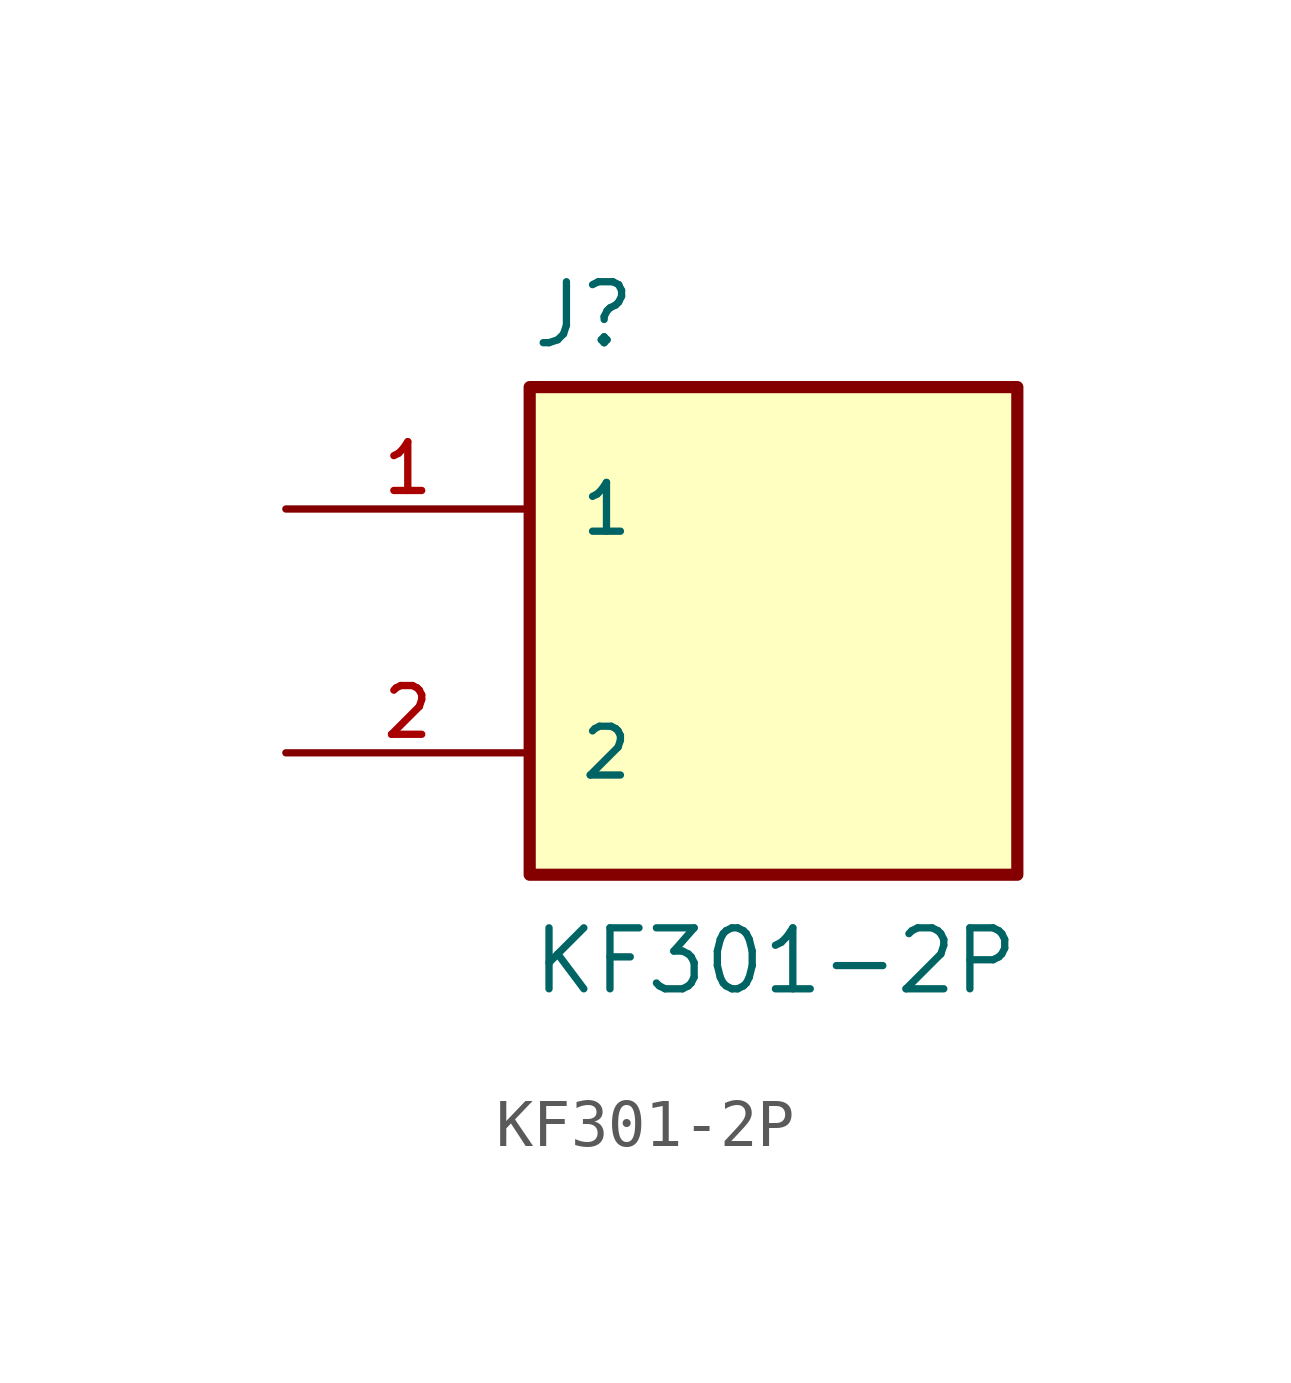
<source format=kicad_sym>
(kicad_symbol_lib
  (version 20220914)
  (generator kicad_symbol_editor)
  (symbol "KF301-2P"
    (pin_names
      (offset 1.016))
    (property "Reference" "J"
      (at -5.08 5.842 0)
      (effects (font (size 1.27 1.27)) (justify left bottom)))
    (property "Value" "KF301-2P"
      (at -5.08 -7.62 0)
      (effects (font (size 1.27 1.27)) (justify left bottom)))
    (symbol "KF301-2P_0_0"
      (rectangle (start -5.08 -5.08) (end 5.08 5.08) (stroke (width 0.254) (type default)) (fill (type background)))
      (pin passive line (at -10.16 2.54 0) (length 5.08) (name "1" (effects (font (size 1.016 1.016)))) (number "1" (effects (font (size 1.016 1.016)))))
      (pin passive line (at -10.16 -2.54 0) (length 5.08) (name "2" (effects (font (size 1.016 1.016)))) (number "2" (effects (font (size 1.016 1.016))))))))
</source>
